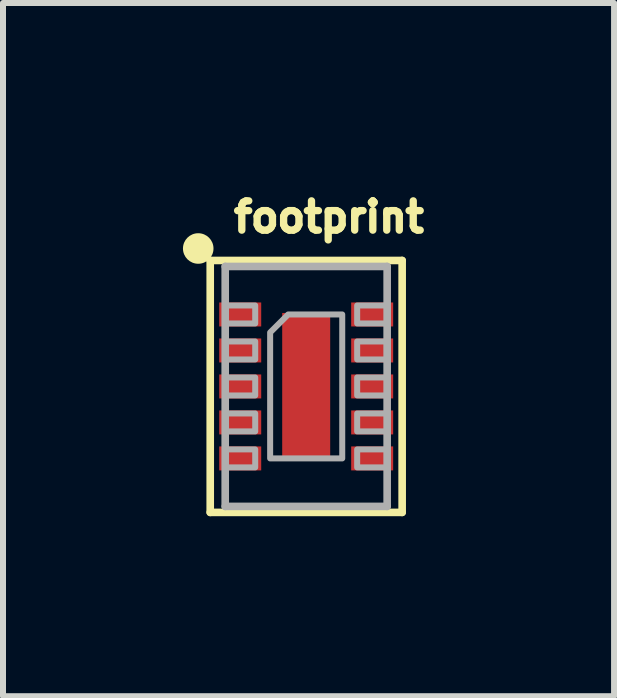
<source format=kicad_pcb>
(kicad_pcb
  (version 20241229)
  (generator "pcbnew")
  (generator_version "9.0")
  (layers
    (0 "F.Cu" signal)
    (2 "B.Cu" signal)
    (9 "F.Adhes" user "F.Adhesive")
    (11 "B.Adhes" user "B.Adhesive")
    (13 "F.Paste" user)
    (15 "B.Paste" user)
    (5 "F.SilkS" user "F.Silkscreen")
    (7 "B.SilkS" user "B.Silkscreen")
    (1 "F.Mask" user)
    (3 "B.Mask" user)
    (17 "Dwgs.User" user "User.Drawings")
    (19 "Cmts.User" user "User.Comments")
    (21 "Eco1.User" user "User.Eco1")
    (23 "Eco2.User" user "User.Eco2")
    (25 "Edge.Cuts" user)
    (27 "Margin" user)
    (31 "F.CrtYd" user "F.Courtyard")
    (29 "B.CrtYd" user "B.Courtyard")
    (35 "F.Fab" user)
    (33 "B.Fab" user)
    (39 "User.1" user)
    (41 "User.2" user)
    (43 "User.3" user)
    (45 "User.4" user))
  (footprint "footprint"
    (layer "F.Cu")
    (at 2.055 3.393)
    (property "Reference" "footprint" (at -1.27 -2.54 0) (layer "F.SilkS") (effects (font (size 0.488 0.488) (thickness 0.122)) (justify left bottom)))
    (fp_poly (pts (xy 0.65 1.25) (xy -0.65 1.25) (xy -0.65 -0.96) (xy -0.36 -1.25) (xy 0.65 -1.25)) (stroke (width 0) (type solid)) (fill yes) (layer "F.Mask"))
    (fp_line (start -1.6 -2.1) (end -1.6 2.1) (stroke (width 0.127) (type solid)) (layer "F.SilkS"))
    (fp_line (start -1.6 2.1) (end 1.6 2.1) (stroke (width 0.127) (type solid)) (layer "F.SilkS"))
    (fp_line (start 1.6 -2.1) (end -1.6 -2.1) (stroke (width 0.127) (type solid)) (layer "F.SilkS"))
    (fp_line (start 1.6 2.1) (end 1.6 -2.1) (stroke (width 0.127) (type solid)) (layer "F.SilkS"))
    (fp_circle (center -1.8 -2.3) (end -1.673 -2.3) (stroke (width 0.255) (type solid)) (fill yes) (layer "F.SilkS"))
    (fp_poly (pts (xy -0.359 0.3) (xy 0.359 0.3) (xy 0.359 -0.4) (xy -0.359 -0.4)) (stroke (width 0) (type solid)) (fill yes) (layer "F.Paste"))
    (fp_line (start -1.35 -2) (end -1.35 2) (stroke (width 0.127) (type solid)) (layer "F.Fab"))
    (fp_line (start -1.35 2) (end 1.35 2) (stroke (width 0.127) (type solid)) (layer "F.Fab"))
    (fp_line (start 1.35 -2) (end -1.35 -2) (stroke (width 0.127) (type solid)) (layer "F.Fab"))
    (fp_line (start 1.35 2) (end 1.35 -2) (stroke (width 0.127) (type solid)) (layer "F.Fab"))
    (fp_poly (pts (xy -1.35 -1.05) (xy -0.85 -1.05) (xy -0.85 -1.35) (xy -1.35 -1.35)) (stroke (width 0.1) (type solid)) (fill no) (layer "F.Fab"))
    (fp_poly (pts (xy -1.35 -0.45) (xy -0.85 -0.45) (xy -0.85 -0.75) (xy -1.35 -0.75)) (stroke (width 0.1) (type solid)) (fill no) (layer "F.Fab"))
    (fp_poly (pts (xy -1.35 0.15) (xy -0.85 0.15) (xy -0.85 -0.15) (xy -1.35 -0.15)) (stroke (width 0.1) (type solid)) (fill no) (layer "F.Fab"))
    (fp_poly (pts (xy -1.35 0.75) (xy -0.85 0.75) (xy -0.85 0.45) (xy -1.35 0.45)) (stroke (width 0.1) (type solid)) (fill no) (layer "F.Fab"))
    (fp_poly (pts (xy -1.35 1.35) (xy -0.85 1.35) (xy -0.85 1.05) (xy -1.35 1.05)) (stroke (width 0.1) (type solid)) (fill no) (layer "F.Fab"))
    (fp_poly (pts (xy 0.85 -1.05) (xy 1.35 -1.05) (xy 1.35 -1.35) (xy 0.85 -1.35)) (stroke (width 0.1) (type solid)) (fill no) (layer "F.Fab"))
    (fp_poly (pts (xy 0.85 -0.45) (xy 1.35 -0.45) (xy 1.35 -0.75) (xy 0.85 -0.75)) (stroke (width 0.1) (type solid)) (fill no) (layer "F.Fab"))
    (fp_poly (pts (xy 0.85 0.15) (xy 1.35 0.15) (xy 1.35 -0.15) (xy 0.85 -0.15)) (stroke (width 0.1) (type solid)) (fill no) (layer "F.Fab"))
    (fp_poly (pts (xy 0.85 0.75) (xy 1.35 0.75) (xy 1.35 0.45) (xy 0.85 0.45)) (stroke (width 0.1) (type solid)) (fill no) (layer "F.Fab"))
    (fp_poly (pts (xy 0.85 1.35) (xy 1.35 1.35) (xy 1.35 1.05) (xy 0.85 1.05)) (stroke (width 0.1) (type solid)) (fill no) (layer "F.Fab"))
    (fp_poly (pts (xy 0.601 1.2) (xy -0.601 1.2) (xy -0.601 -0.9) (xy -0.3 -1.2) (xy 0.601 -1.2)) (stroke (width 0.1) (type solid)) (fill no) (layer "F.Fab"))
    (pad "1" smd rect (at -1.1 -1.2) (size 0.7 0.4) (layers "F.Cu" "F.Mask" "F.Paste"))
    (pad "2" smd rect (at -1.1 -0.6) (size 0.7 0.4) (layers "F.Cu" "F.Mask" "F.Paste"))
    (pad "3" smd rect (at -1.1 0) (size 0.7 0.4) (layers "F.Cu" "F.Mask" "F.Paste"))
    (pad "4" smd rect (at -1.1 0.6) (size 0.7 0.4) (layers "F.Cu" "F.Mask" "F.Paste"))
    (pad "5" smd rect (at -1.1 1.2) (size 0.7 0.4) (layers "F.Cu" "F.Mask" "F.Paste"))
    (pad "6" smd rect (at 1.1 1.2 180) (size 0.7 0.4) (layers "F.Cu" "F.Mask" "F.Paste"))
    (pad "7" smd rect (at 1.1 0.6 180) (size 0.7 0.4) (layers "F.Cu" "F.Mask" "F.Paste"))
    (pad "8" smd rect (at 1.1 0 180) (size 0.7 0.4) (layers "F.Cu" "F.Mask" "F.Paste"))
    (pad "9" smd rect (at 1.1 -0.6 180) (size 0.7 0.4) (layers "F.Cu" "F.Mask" "F.Paste"))
    (pad "10" smd rect (at 1.1 -1.2 180) (size 0.7 0.4) (layers "F.Cu" "F.Mask" "F.Paste"))
    (pad "EP" smd rect (at 0 0) (size 0.8 2.45) (layers "F.Cu")))
  (gr_rect
    (start -3 -3)
    (end 7.188 8.557)
    (stroke (width 0.1) (type default))
    (fill no)
    (layer "Edge.Cuts")))
</source>
